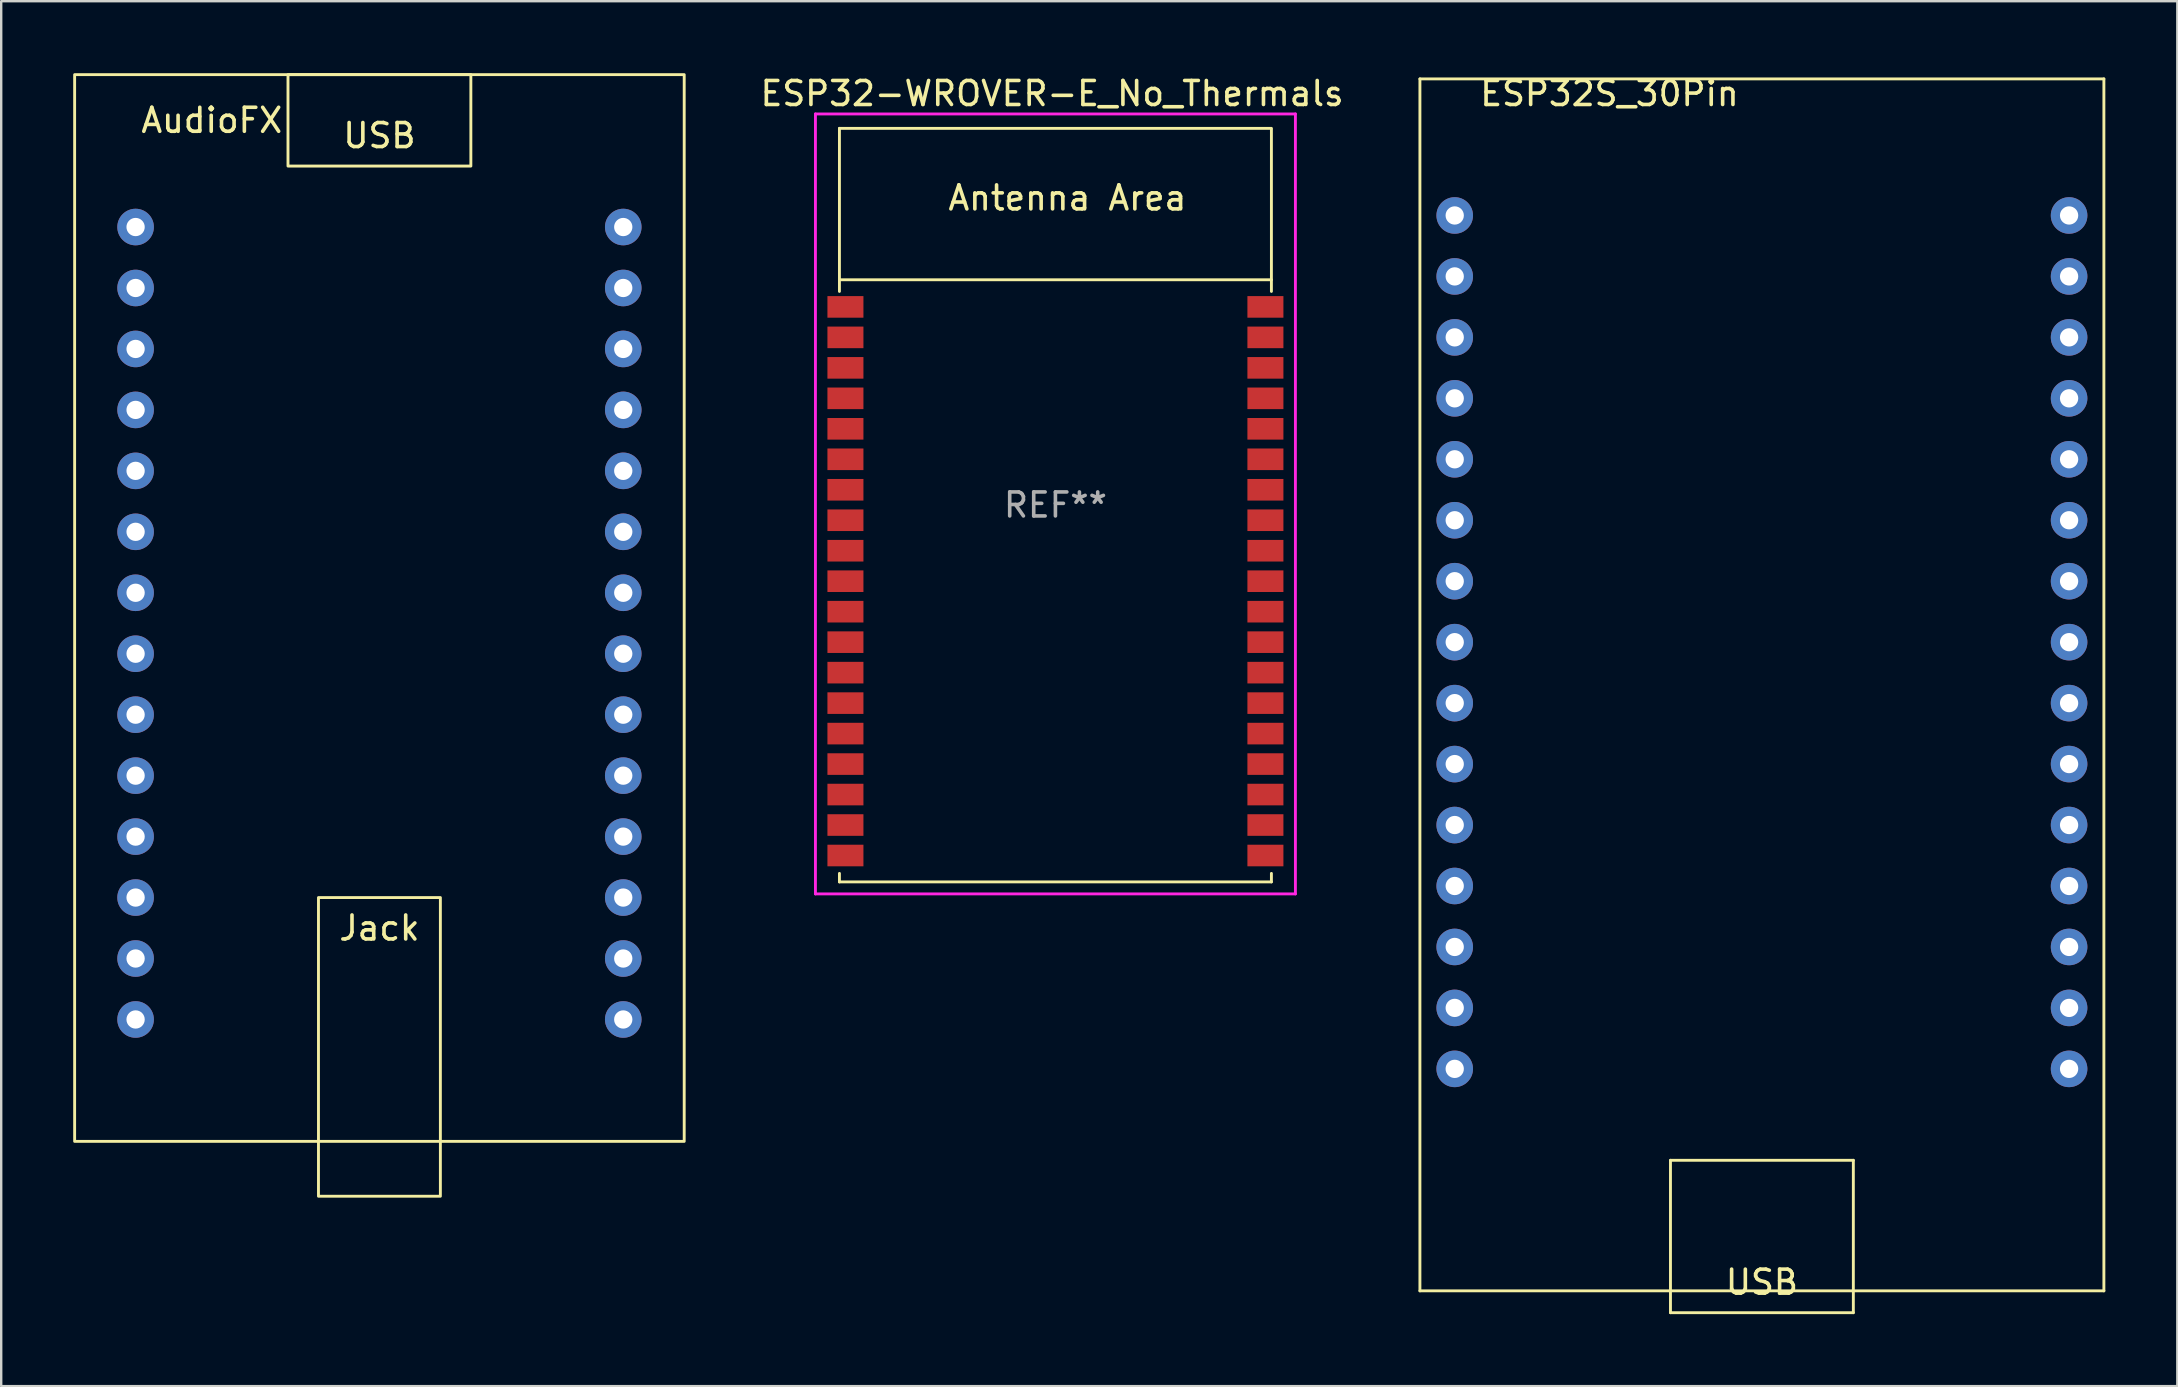
<source format=kicad_pcb>
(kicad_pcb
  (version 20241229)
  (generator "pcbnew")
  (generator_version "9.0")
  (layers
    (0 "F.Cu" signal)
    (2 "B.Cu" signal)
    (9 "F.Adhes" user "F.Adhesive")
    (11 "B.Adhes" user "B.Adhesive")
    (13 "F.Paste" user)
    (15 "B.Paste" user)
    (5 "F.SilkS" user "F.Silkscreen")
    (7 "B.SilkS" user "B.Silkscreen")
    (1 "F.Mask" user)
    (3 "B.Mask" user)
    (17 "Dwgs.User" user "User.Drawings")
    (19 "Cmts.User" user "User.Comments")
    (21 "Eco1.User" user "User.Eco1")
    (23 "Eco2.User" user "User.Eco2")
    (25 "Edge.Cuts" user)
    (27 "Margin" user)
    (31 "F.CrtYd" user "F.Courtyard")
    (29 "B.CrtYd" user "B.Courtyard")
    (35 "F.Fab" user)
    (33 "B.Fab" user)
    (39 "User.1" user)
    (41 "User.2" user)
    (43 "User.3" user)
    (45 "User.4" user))
  (footprint "AudioFX"
    (layer "F.Cu")
    (at 12.76 22.92)
    (property "Reference" "AudioFX" (at -6.985 -20.955 0) (unlocked yes) (layer "F.SilkS") (effects (font (size 1 1) (thickness 0.15))))
    (attr through_hole)
    (fp_rect (start -12.7 -22.86) (end 12.7 21.59) (stroke (width 0.12) (type solid)) (fill no) (layer "F.SilkS"))
    (fp_rect (start -2.54 11.43) (end 2.54 23.876) (stroke (width 0.12) (type solid)) (fill no) (layer "F.SilkS"))
    (fp_rect (start 3.81 -19.05) (end -3.81 -22.86) (stroke (width 0.12) (type solid)) (fill no) (layer "F.SilkS"))
    (fp_text user "Jack" (at 0 12.7 0) (unlocked yes) (layer "F.SilkS") (effects (font (size 1 1) (thickness 0.15))))
    (fp_text user "USB" (at 0 -20.32 0) (unlocked yes) (layer "F.SilkS") (effects (font (size 1 1) (thickness 0.15))))
    (pad "1" thru_hole circle (at 10.16 -16.51) (size 1.524 1.524) (drill 0.762) (layers "*.Cu" "*.Mask"))
    (pad "2" thru_hole circle (at 10.16 -13.97) (size 1.524 1.524) (drill 0.762) (layers "*.Cu" "*.Mask"))
    (pad "3" thru_hole circle (at 10.16 -11.43) (size 1.524 1.524) (drill 0.762) (layers "*.Cu" "*.Mask"))
    (pad "4" thru_hole circle (at 10.16 -8.89) (size 1.524 1.524) (drill 0.762) (layers "*.Cu" "*.Mask"))
    (pad "5" thru_hole circle (at 10.16 -6.35) (size 1.524 1.524) (drill 0.762) (layers "*.Cu" "*.Mask"))
    (pad "6" thru_hole circle (at 10.16 -3.81) (size 1.524 1.524) (drill 0.762) (layers "*.Cu" "*.Mask"))
    (pad "7" thru_hole circle (at 10.16 -1.27) (size 1.524 1.524) (drill 0.762) (layers "*.Cu" "*.Mask"))
    (pad "8" thru_hole circle (at 10.16 1.27) (size 1.524 1.524) (drill 0.762) (layers "*.Cu" "*.Mask"))
    (pad "9" thru_hole circle (at 10.16 3.81) (size 1.524 1.524) (drill 0.762) (layers "*.Cu" "*.Mask"))
    (pad "10" thru_hole circle (at 10.16 6.35) (size 1.524 1.524) (drill 0.762) (layers "*.Cu" "*.Mask"))
    (pad "11" thru_hole circle (at 10.16 8.89) (size 1.524 1.524) (drill 0.762) (layers "*.Cu" "*.Mask"))
    (pad "12" thru_hole circle (at 10.16 11.43) (size 1.524 1.524) (drill 0.762) (layers "*.Cu" "*.Mask"))
    (pad "13" thru_hole circle (at 10.16 13.97) (size 1.524 1.524) (drill 0.762) (layers "*.Cu" "*.Mask"))
    (pad "14" thru_hole circle (at 10.16 16.51) (size 1.524 1.524) (drill 0.762) (layers "*.Cu" "*.Mask"))
    (pad "15" thru_hole circle (at -10.16 -16.51) (size 1.524 1.524) (drill 0.762) (layers "*.Cu" "*.Mask"))
    (pad "16" thru_hole circle (at -10.16 -13.97) (size 1.524 1.524) (drill 0.762) (layers "*.Cu" "*.Mask"))
    (pad "17" thru_hole circle (at -10.16 -11.43) (size 1.524 1.524) (drill 0.762) (layers "*.Cu" "*.Mask"))
    (pad "18" thru_hole circle (at -10.16 -8.89) (size 1.524 1.524) (drill 0.762) (layers "*.Cu" "*.Mask"))
    (pad "19" thru_hole circle (at -10.16 -6.35) (size 1.524 1.524) (drill 0.762) (layers "*.Cu" "*.Mask"))
    (pad "20" thru_hole circle (at -10.16 -3.81) (size 1.524 1.524) (drill 0.762) (layers "*.Cu" "*.Mask"))
    (pad "21" thru_hole circle (at -10.16 -1.27) (size 1.524 1.524) (drill 0.762) (layers "*.Cu" "*.Mask"))
    (pad "22" thru_hole circle (at -10.16 1.27) (size 1.524 1.524) (drill 0.762) (layers "*.Cu" "*.Mask"))
    (pad "23" thru_hole circle (at -10.16 3.81) (size 1.524 1.524) (drill 0.762) (layers "*.Cu" "*.Mask"))
    (pad "24" thru_hole circle (at -10.16 6.35) (size 1.524 1.524) (drill 0.762) (layers "*.Cu" "*.Mask"))
    (pad "25" thru_hole circle (at -10.16 8.89) (size 1.524 1.524) (drill 0.762) (layers "*.Cu" "*.Mask"))
    (pad "26" thru_hole circle (at -10.16 11.43) (size 1.524 1.524) (drill 0.762) (layers "*.Cu" "*.Mask"))
    (pad "27" thru_hole circle (at -10.16 13.97) (size 1.524 1.524) (drill 0.762) (layers "*.Cu" "*.Mask"))
    (pad "28" thru_hole circle (at -10.16 16.51) (size 1.524 1.524) (drill 0.762) (layers "*.Cu" "*.Mask")))
  (footprint "ESP32-WROVER-E_No_Thermals"
    (layer "F.Cu")
    (at 40.928 17.993)
    (property "Reference" "ESP32-WROVER-E_No_Thermals" (at -0.14 -17.145 0) (layer "F.SilkS") (effects (font (size 1 1) (thickness 0.15))))
    (attr smd)
    (fp_line (start -9 -15.695) (end -9 -8.9) (stroke (width 0.12) (type solid)) (layer "F.SilkS"))
    (fp_line (start -9 -9.385) (end 9 -9.385) (stroke (width 0.12) (type solid)) (layer "F.SilkS"))
    (fp_line (start -9 15.705) (end -9 15.35) (stroke (width 0.12) (type solid)) (layer "F.SilkS"))
    (fp_line (start -9 15.705) (end 9 15.705) (stroke (width 0.12) (type solid)) (layer "F.SilkS"))
    (fp_line (start 9 -15.695) (end -9 -15.695) (stroke (width 0.12) (type solid)) (layer "F.SilkS"))
    (fp_line (start 9 -15.65) (end 9 -8.9) (stroke (width 0.12) (type solid)) (layer "F.SilkS"))
    (fp_line (start 9 15.705) (end 9 15.35) (stroke (width 0.12) (type solid)) (layer "F.SilkS"))
    (fp_line (start -9 -15.695) (end -9 15.705) (stroke (width 0.12) (type solid)) (layer "Eco2.User"))
    (fp_line (start -9 -9.385) (end 9 -9.385) (stroke (width 0.12) (type solid)) (layer "Eco2.User"))
    (fp_line (start -9 15.705) (end 9 15.705) (stroke (width 0.12) (type solid)) (layer "Eco2.User"))
    (fp_line (start 9 -15.695) (end -9 -15.695) (stroke (width 0.12) (type solid)) (layer "Eco2.User"))
    (fp_line (start 9 15.705) (end 9 -15.695) (stroke (width 0.12) (type solid)) (layer "Eco2.User"))
    (fp_line (start -10 -16.295) (end 10 -16.295) (stroke (width 0.12) (type solid)) (layer "F.CrtYd"))
    (fp_line (start -10 16.205) (end -10 -16.295) (stroke (width 0.12) (type solid)) (layer "F.CrtYd"))
    (fp_line (start 10 -16.295) (end 10 16.205) (stroke (width 0.12) (type solid)) (layer "F.CrtYd"))
    (fp_line (start 10 16.205) (end -10 16.205) (stroke (width 0.12) (type solid)) (layer "F.CrtYd"))
    (fp_text user "Antenna Area" (at 0.5 -12.795 0) (unlocked yes) (layer "F.SilkS") (effects (font (size 1 1) (thickness 0.15))))
    (fp_text user "REF**" (at 0 0 0) (layer "F.Fab") (effects (font (size 1 1) (thickness 0.15))))
    (pad "1" smd rect (at -8.75 -8.255) (size 1.5 0.9) (layers "F.Cu" "F.Mask" "F.Paste"))
    (pad "2" smd rect (at -8.75 -6.985) (size 1.5 0.9) (layers "F.Cu" "F.Mask" "F.Paste"))
    (pad "3" smd rect (at -8.75 -5.715) (size 1.5 0.9) (layers "F.Cu" "F.Mask" "F.Paste"))
    (pad "4" smd rect (at -8.75 -4.445) (size 1.5 0.9) (layers "F.Cu" "F.Mask" "F.Paste"))
    (pad "5" smd rect (at -8.75 -3.175) (size 1.5 0.9) (layers "F.Cu" "F.Mask" "F.Paste"))
    (pad "6" smd rect (at -8.75 -1.905) (size 1.5 0.9) (layers "F.Cu" "F.Mask" "F.Paste"))
    (pad "7" smd rect (at -8.75 -0.635) (size 1.5 0.9) (layers "F.Cu" "F.Mask" "F.Paste"))
    (pad "8" smd rect (at -8.75 0.635) (size 1.5 0.9) (layers "F.Cu" "F.Mask" "F.Paste"))
    (pad "9" smd rect (at -8.75 1.905) (size 1.5 0.9) (layers "F.Cu" "F.Mask" "F.Paste"))
    (pad "10" smd rect (at -8.75 3.175) (size 1.5 0.9) (layers "F.Cu" "F.Mask" "F.Paste"))
    (pad "11" smd rect (at -8.75 4.445) (size 1.5 0.9) (layers "F.Cu" "F.Mask" "F.Paste"))
    (pad "12" smd rect (at -8.75 5.715) (size 1.5 0.9) (layers "F.Cu" "F.Mask" "F.Paste"))
    (pad "13" smd rect (at -8.75 6.985) (size 1.5 0.9) (layers "F.Cu" "F.Mask" "F.Paste"))
    (pad "14" smd rect (at -8.75 8.255) (size 1.5 0.9) (layers "F.Cu" "F.Mask" "F.Paste"))
    (pad "15" smd rect (at -8.75 9.525) (size 1.5 0.9) (layers "F.Cu" "F.Mask" "F.Paste"))
    (pad "16" smd rect (at -8.75 10.795) (size 1.5 0.9) (layers "F.Cu" "F.Mask" "F.Paste"))
    (pad "17" smd rect (at -8.75 12.065) (size 1.5 0.9) (layers "F.Cu" "F.Mask" "F.Paste"))
    (pad "18" smd rect (at -8.75 13.335) (size 1.5 0.9) (layers "F.Cu" "F.Mask" "F.Paste"))
    (pad "19" smd rect (at -8.75 14.605) (size 1.5 0.9) (layers "F.Cu" "F.Mask" "F.Paste"))
    (pad "20" smd rect (at 8.75 14.605) (size 1.5 0.9) (layers "F.Cu" "F.Mask" "F.Paste"))
    (pad "21" smd rect (at 8.75 13.335) (size 1.5 0.9) (layers "F.Cu" "F.Mask" "F.Paste"))
    (pad "22" smd rect (at 8.75 12.065) (size 1.5 0.9) (layers "F.Cu" "F.Mask" "F.Paste"))
    (pad "23" smd rect (at 8.75 10.795) (size 1.5 0.9) (layers "F.Cu" "F.Mask" "F.Paste"))
    (pad "24" smd rect (at 8.75 9.525) (size 1.5 0.9) (layers "F.Cu" "F.Mask" "F.Paste"))
    (pad "25" smd rect (at 8.75 8.255) (size 1.5 0.9) (layers "F.Cu" "F.Mask" "F.Paste"))
    (pad "26" smd rect (at 8.75 6.985) (size 1.5 0.9) (layers "F.Cu" "F.Mask" "F.Paste"))
    (pad "27" smd rect (at 8.75 5.715) (size 1.5 0.9) (layers "F.Cu" "F.Mask" "F.Paste"))
    (pad "28" smd rect (at 8.75 4.445) (size 1.5 0.9) (layers "F.Cu" "F.Mask" "F.Paste"))
    (pad "29" smd rect (at 8.75 3.175) (size 1.5 0.9) (layers "F.Cu" "F.Mask" "F.Paste"))
    (pad "30" smd rect (at 8.75 1.905) (size 1.5 0.9) (layers "F.Cu" "F.Mask" "F.Paste"))
    (pad "31" smd rect (at 8.75 0.635) (size 1.5 0.9) (layers "F.Cu" "F.Mask" "F.Paste"))
    (pad "32" smd rect (at 8.75 -0.635) (size 1.5 0.9) (layers "F.Cu" "F.Mask" "F.Paste"))
    (pad "33" smd rect (at 8.75 -1.905) (size 1.5 0.9) (layers "F.Cu" "F.Mask" "F.Paste"))
    (pad "34" smd rect (at 8.75 -3.175) (size 1.5 0.9) (layers "F.Cu" "F.Mask" "F.Paste"))
    (pad "35" smd rect (at 8.75 -4.445) (size 1.5 0.9) (layers "F.Cu" "F.Mask" "F.Paste"))
    (pad "36" smd rect (at 8.75 -5.715) (size 1.5 0.9) (layers "F.Cu" "F.Mask" "F.Paste"))
    (pad "37" smd rect (at 8.75 -6.985) (size 1.5 0.9) (layers "F.Cu" "F.Mask" "F.Paste"))
    (pad "38" smd rect (at 8.75 -8.255) (size 1.5 0.9) (layers "F.Cu" "F.Mask" "F.Paste")))
  (footprint "ESP32S_30Pin"
    (layer "F.Cu")
    (at 70.366 23.708)
    (property "Reference" "ESP32S_30Pin" (at -6.35 -22.86 0) (layer "F.SilkS") (effects (font (size 1 1) (thickness 0.15))))
    (attr through_hole)
    (fp_line (start -14.25 -23.47) (end -14.25 27.03) (stroke (width 0.12) (type solid)) (layer "F.SilkS"))
    (fp_line (start -14.25 27.03) (end 14.25 27.03) (stroke (width 0.12) (type solid)) (layer "F.SilkS"))
    (fp_line (start -3.81 21.59) (end -3.81 27.94) (stroke (width 0.12) (type solid)) (layer "F.SilkS"))
    (fp_line (start -3.81 27.94) (end 3.81 27.94) (stroke (width 0.12) (type solid)) (layer "F.SilkS"))
    (fp_line (start 3.81 21.59) (end -3.81 21.59) (stroke (width 0.12) (type solid)) (layer "F.SilkS"))
    (fp_line (start 3.81 27.94) (end 3.81 21.59) (stroke (width 0.12) (type solid)) (layer "F.SilkS"))
    (fp_line (start 14.25 -23.47) (end -14.25 -23.47) (stroke (width 0.12) (type solid)) (layer "F.SilkS"))
    (fp_line (start 14.25 27.03) (end 14.25 -23.47) (stroke (width 0.12) (type solid)) (layer "F.SilkS"))
    (fp_text user "USB" (at 0 26.67 0) (layer "F.SilkS") (effects (font (size 1 1) (thickness 0.15))))
    (pad "1" thru_hole circle (at 12.8 17.78) (size 1.524 1.524) (drill 0.762) (layers "*.Cu" "*.Mask"))
    (pad "2" thru_hole circle (at 12.8 15.24) (size 1.524 1.524) (drill 0.762) (layers "*.Cu" "*.Mask"))
    (pad "3" thru_hole circle (at 12.8 12.7) (size 1.524 1.524) (drill 0.762) (layers "*.Cu" "*.Mask"))
    (pad "4" thru_hole circle (at 12.8 10.16) (size 1.524 1.524) (drill 0.762) (layers "*.Cu" "*.Mask"))
    (pad "5" thru_hole circle (at 12.8 7.62) (size 1.524 1.524) (drill 0.762) (layers "*.Cu" "*.Mask"))
    (pad "6" thru_hole circle (at 12.8 5.08) (size 1.524 1.524) (drill 0.762) (layers "*.Cu" "*.Mask"))
    (pad "7" thru_hole circle (at 12.8 2.54) (size 1.524 1.524) (drill 0.762) (layers "*.Cu" "*.Mask"))
    (pad "8" thru_hole circle (at 12.8 0) (size 1.524 1.524) (drill 0.762) (layers "*.Cu" "*.Mask"))
    (pad "9" thru_hole circle (at 12.8 -2.54) (size 1.524 1.524) (drill 0.762) (layers "*.Cu" "*.Mask"))
    (pad "10" thru_hole circle (at 12.8 -5.08) (size 1.524 1.524) (drill 0.762) (layers "*.Cu" "*.Mask"))
    (pad "11" thru_hole circle (at 12.8 -7.62) (size 1.524 1.524) (drill 0.762) (layers "*.Cu" "*.Mask"))
    (pad "12" thru_hole circle (at 12.8 -10.16) (size 1.524 1.524) (drill 0.762) (layers "*.Cu" "*.Mask"))
    (pad "13" thru_hole circle (at 12.8 -12.7) (size 1.524 1.524) (drill 0.762) (layers "*.Cu" "*.Mask"))
    (pad "14" thru_hole circle (at 12.8 -15.24) (size 1.524 1.524) (drill 0.762) (layers "*.Cu" "*.Mask"))
    (pad "15" thru_hole circle (at 12.8 -17.78) (size 1.524 1.524) (drill 0.762) (layers "*.Cu" "*.Mask"))
    (pad "16" thru_hole circle (at -12.8 -17.78) (size 1.524 1.524) (drill 0.762) (layers "*.Cu" "*.Mask"))
    (pad "17" thru_hole circle (at -12.8 -15.24) (size 1.524 1.524) (drill 0.762) (layers "*.Cu" "*.Mask"))
    (pad "18" thru_hole circle (at -12.8 -12.7) (size 1.524 1.524) (drill 0.762) (layers "*.Cu" "*.Mask"))
    (pad "19" thru_hole circle (at -12.8 -10.16) (size 1.524 1.524) (drill 0.762) (layers "*.Cu" "*.Mask"))
    (pad "20" thru_hole circle (at -12.8 -7.62) (size 1.524 1.524) (drill 0.762) (layers "*.Cu" "*.Mask"))
    (pad "21" thru_hole circle (at -12.8 -5.08) (size 1.524 1.524) (drill 0.762) (layers "*.Cu" "*.Mask"))
    (pad "22" thru_hole circle (at -12.8 -2.54) (size 1.524 1.524) (drill 0.762) (layers "*.Cu" "*.Mask"))
    (pad "23" thru_hole circle (at -12.8 0) (size 1.524 1.524) (drill 0.762) (layers "*.Cu" "*.Mask"))
    (pad "24" thru_hole circle (at -12.8 2.54) (size 1.524 1.524) (drill 0.762) (layers "*.Cu" "*.Mask"))
    (pad "25" thru_hole circle (at -12.8 5.08) (size 1.524 1.524) (drill 0.762) (layers "*.Cu" "*.Mask"))
    (pad "26" thru_hole circle (at -12.8 7.62) (size 1.524 1.524) (drill 0.762) (layers "*.Cu" "*.Mask"))
    (pad "27" thru_hole circle (at -12.8 10.16) (size 1.524 1.524) (drill 0.762) (layers "*.Cu" "*.Mask"))
    (pad "28" thru_hole circle (at -12.8 12.7) (size 1.524 1.524) (drill 0.762) (layers "*.Cu" "*.Mask"))
    (pad "29" thru_hole circle (at -12.8 15.24) (size 1.524 1.524) (drill 0.762) (layers "*.Cu" "*.Mask"))
    (pad "30" thru_hole circle (at -12.8 17.78) (size 1.524 1.524) (drill 0.762) (layers "*.Cu" "*.Mask")))
  (gr_rect
    (start -3 -3)
    (end 87.676 54.708)
    (stroke (width 0.1) (type default))
    (fill no)
    (layer "Edge.Cuts")))
</source>
